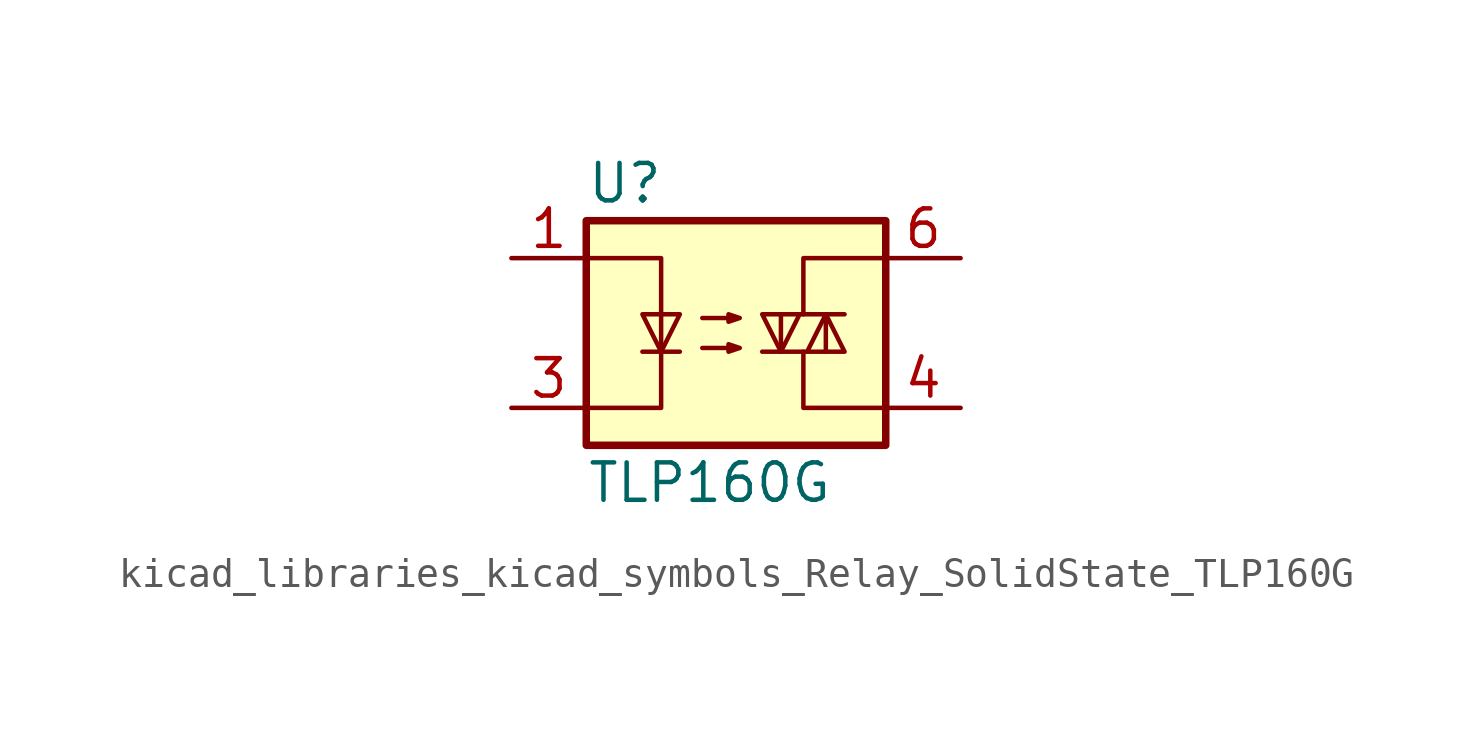
<source format=kicad_sym>
(kicad_symbol_lib
  (version 20220914)
  (generator kicad_symbol_editor)
  (symbol "kicad_libraries_kicad_symbols_Relay_SolidState_TLP160G"
    (property "Reference" "U"
      (at -5.08 5.08 0)
      (effects (font (size 1.27 1.27)) (justify left)))
    (property "Value" "TLP160G"
      (at -5.08 -5.08 0)
      (effects (font (size 1.27 1.27)) (justify left)))
    (symbol "kicad_libraries_kicad_symbols_Relay_SolidState_TLP160G_0_1"
      (rectangle (start -5.08 3.81) (end 5.08 -3.81) (stroke (width 0.254) (type default)) (fill (type background)))
      (polyline (pts (xy -3.175 -0.635) (xy -1.905 -0.635)) (stroke (width 0) (type default)) (fill (type none)))
      (polyline (pts (xy 1.524 -0.635) (xy 1.524 0.635)) (stroke (width 0) (type default)) (fill (type none)))
      (polyline (pts (xy 3.048 0.635) (xy 3.048 -0.635)) (stroke (width 0) (type default)) (fill (type none)))
      (polyline (pts (xy 2.286 -0.635) (xy 2.286 -2.54) (xy 5.08 -2.54)) (stroke (width 0) (type default)) (fill (type none)))
      (polyline (pts (xy 2.286 0.635) (xy 2.286 2.54) (xy 5.08 2.54)) (stroke (width 0) (type default)) (fill (type none)))
      (polyline (pts (xy -5.08 2.54) (xy -2.54 2.54) (xy -2.54 -2.54) (xy -5.08 -2.54)) (stroke (width 0) (type default)) (fill (type none)))
      (polyline (pts (xy -2.54 -0.635) (xy -3.175 0.635) (xy -1.905 0.635) (xy -2.54 -0.635)) (stroke (width 0) (type default)) (fill (type none)))
      (polyline (pts (xy 0.889 -0.635) (xy 3.683 -0.635) (xy 3.048 0.635) (xy 2.413 -0.635)) (stroke (width 0) (type default)) (fill (type none)))
      (polyline (pts (xy 3.683 0.635) (xy 0.889 0.635) (xy 1.524 -0.635) (xy 2.159 0.635)) (stroke (width 0) (type default)) (fill (type none)))
      (polyline (pts (xy -1.143 -0.508) (xy 0.127 -0.508) (xy -0.254 -0.635) (xy -0.254 -0.381) (xy 0.127 -0.508)) (stroke (width 0) (type default)) (fill (type none)))
      (polyline (pts (xy -1.143 0.508) (xy 0.127 0.508) (xy -0.254 0.381) (xy -0.254 0.635) (xy 0.127 0.508)) (stroke (width 0) (type default)) (fill (type none))))
    (symbol "kicad_libraries_kicad_symbols_Relay_SolidState_TLP160G_1_1"
      (pin passive line (at -7.62 2.54 0) (length 2.54) (name "~" (effects (font (size 1.27 1.27)))) (number "1" (effects (font (size 1.27 1.27)))))
      (pin passive line (at -7.62 -2.54 0) (length 2.54) (name "~" (effects (font (size 1.27 1.27)))) (number "3" (effects (font (size 1.27 1.27)))))
      (pin passive line (at 7.62 -2.54 180) (length 2.54) (name "~" (effects (font (size 1.27 1.27)))) (number "4" (effects (font (size 1.27 1.27)))))
      (pin passive line (at 7.62 2.54 180) (length 2.54) (name "~" (effects (font (size 1.27 1.27)))) (number "6" (effects (font (size 1.27 1.27))))))))
</source>
